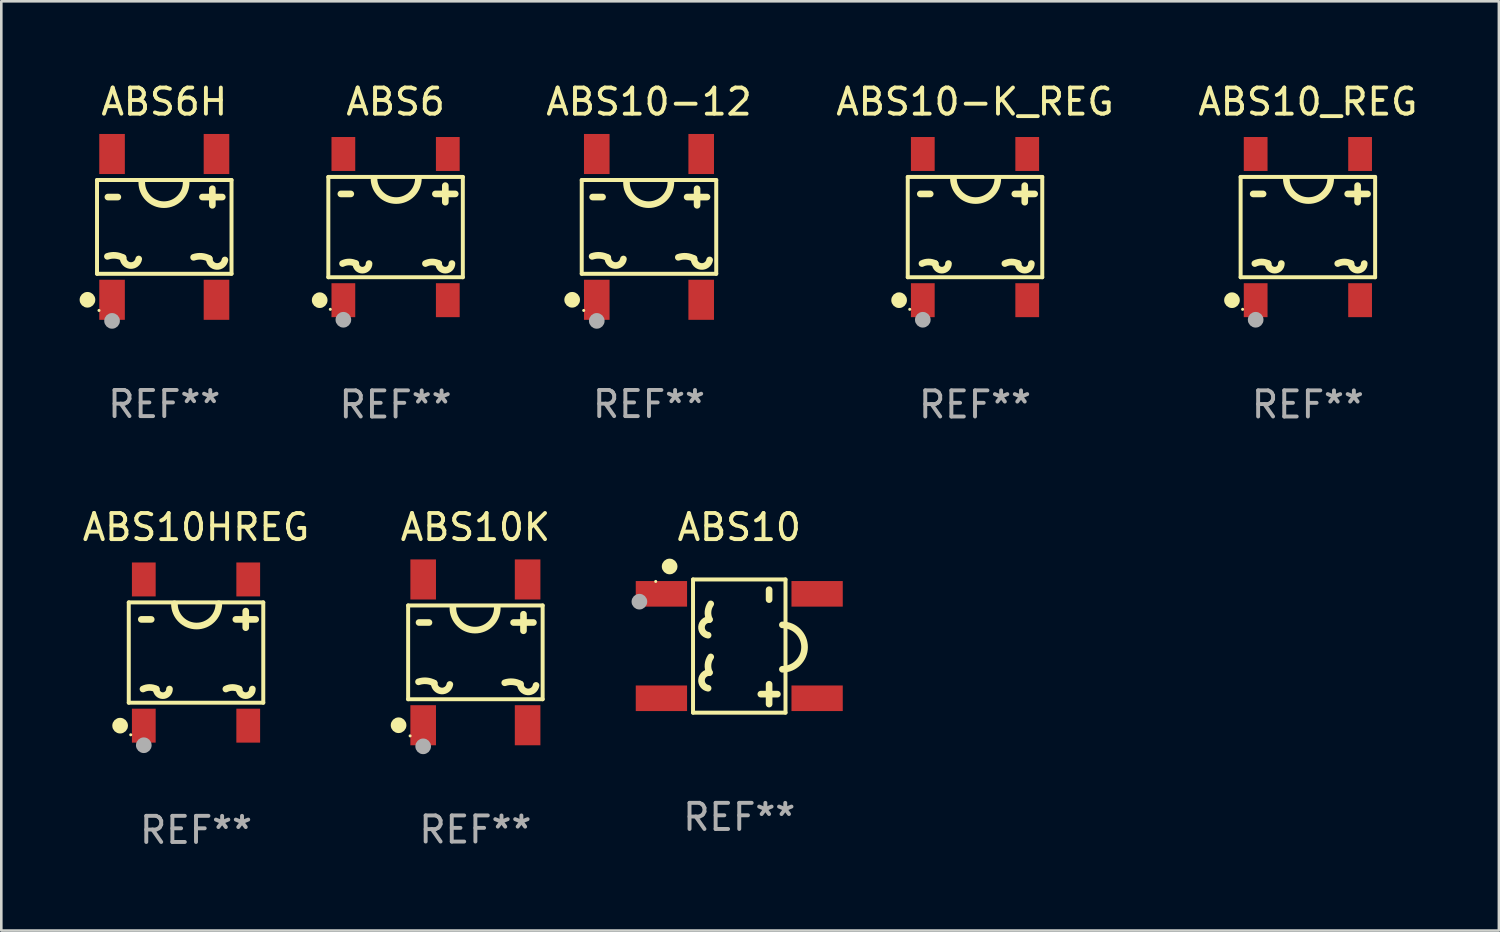
<source format=kicad_pcb>
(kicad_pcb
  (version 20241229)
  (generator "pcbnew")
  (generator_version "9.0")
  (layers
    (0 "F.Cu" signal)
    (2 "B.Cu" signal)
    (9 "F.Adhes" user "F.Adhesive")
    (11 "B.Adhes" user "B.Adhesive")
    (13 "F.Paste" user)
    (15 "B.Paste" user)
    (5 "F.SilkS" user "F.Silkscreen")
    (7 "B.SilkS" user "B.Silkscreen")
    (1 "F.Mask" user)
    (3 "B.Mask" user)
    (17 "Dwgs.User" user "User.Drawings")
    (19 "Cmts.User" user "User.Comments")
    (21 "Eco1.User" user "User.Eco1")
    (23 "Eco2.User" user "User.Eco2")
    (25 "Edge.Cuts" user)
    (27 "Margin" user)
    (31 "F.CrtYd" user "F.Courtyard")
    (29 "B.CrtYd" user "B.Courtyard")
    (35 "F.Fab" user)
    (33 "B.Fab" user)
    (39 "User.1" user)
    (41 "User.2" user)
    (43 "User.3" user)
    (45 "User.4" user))
  (footprint "ABS10"
    (layer "F.Cu")
    (at 25.266 21.696)
    (property "Reference" "ABS10" (at 0 -4.551 0) (layer "F.SilkS") (effects (font (size 1 1) (thickness 0.15))))
    (attr through_hole)
    (fp_line (start -1.771 -2.551) (end 1.771 -2.551) (stroke (width 0.152) (type solid)) (layer "F.SilkS"))
    (fp_line (start -1.771 2.551) (end -1.771 -2.551) (stroke (width 0.152) (type solid)) (layer "F.SilkS"))
    (fp_line (start 1.143 -2.159) (end 1.143 -1.778) (stroke (width 0.254) (type solid)) (layer "F.SilkS"))
    (fp_line (start 1.143 1.461) (end 1.143 2.223) (stroke (width 0.254) (type solid)) (layer "F.SilkS"))
    (fp_line (start 1.461 1.842) (end 0.826 1.842) (stroke (width 0.254) (type solid)) (layer "F.SilkS"))
    (fp_line (start 1.771 -2.551) (end 1.771 2.551) (stroke (width 0.152) (type solid)) (layer "F.SilkS"))
    (fp_line (start 1.771 2.551) (end -1.771 2.551) (stroke (width 0.152) (type solid)) (layer "F.SilkS"))
    (fp_arc (start -1.19299 -0.416027) (mid -1.4449 -0.739086) (end -1.143001 -1.016002) (stroke (width 0.254001) (type solid)) (layer "F.SilkS"))
    (fp_arc (start -1.19299 1.615977) (mid -1.4449 1.292918) (end -1.143001 1.016002) (stroke (width 0.254001) (type solid)) (layer "F.SilkS"))
    (fp_arc (start -1.143003 -1.016001) (mid -1.196792 -1.322628) (end -1.092939 -1.616104) (stroke (width 0.254001) (type solid)) (layer "F.SilkS"))
    (fp_arc (start -1.143003 1.016003) (mid -1.196792 0.709376) (end -1.092939 0.4159) (stroke (width 0.254001) (type solid)) (layer "F.SilkS"))
    (fp_arc (start 1.651004 -0.81105) (mid 2.50089 0.038976) (end 1.651003 0.889002) (stroke (width 0.254001) (type solid)) (layer "F.SilkS"))
    (fp_circle (center -3.2 -2.475) (end -3.17 -2.475) (stroke (width 0.06) (type solid)) (fill no) (layer "F.SilkS"))
    (fp_circle (center -2.667 -3.048) (end -2.517 -3.048) (stroke (width 0.3) (type solid)) (fill no) (layer "F.SilkS"))
    (fp_circle (center -3.825 -1.7) (end -3.675 -1.7) (stroke (width 0.3) (type solid)) (fill no) (layer "F.Fab"))
    (fp_text user "REF**" (at 0 6.551 0) (layer "F.Fab") (effects (font (size 1 1) (thickness 0.15))))
    (pad "1" smd rect (at -2.982 -2 90) (size 0.98 1.965) (layers "F.Cu" "F.Mask" "F.Paste"))
    (pad "2" smd rect (at -2.982 2 90) (size 0.98 1.965) (layers "F.Cu" "F.Mask" "F.Paste"))
    (pad "3" smd rect (at 2.982 2 90) (size 0.98 1.965) (layers "F.Cu" "F.Mask" "F.Paste"))
    (pad "4" smd rect (at 2.982 -2 90) (size 0.98 1.965) (layers "F.Cu" "F.Mask" "F.Paste")))
  (footprint "ABS6H"
    (layer "F.Cu")
    (at 3.242 5.641)
    (property "Reference" "ABS6H" (at 0 -4.792 0) (layer "F.SilkS") (effects (font (size 1 1) (thickness 0.15))))
    (attr through_hole)
    (fp_line (start -2.576 -1.796) (end 2.576 -1.796) (stroke (width 0.152) (type solid)) (layer "F.SilkS"))
    (fp_line (start -2.576 1.796) (end -2.576 -1.796) (stroke (width 0.152) (type solid)) (layer "F.SilkS"))
    (fp_line (start -2.159 -1.143) (end -1.778 -1.143) (stroke (width 0.254) (type solid)) (layer "F.SilkS"))
    (fp_line (start 1.461 -1.143) (end 2.223 -1.143) (stroke (width 0.254) (type solid)) (layer "F.SilkS"))
    (fp_line (start 1.842 -1.461) (end 1.842 -0.826) (stroke (width 0.254) (type solid)) (layer "F.SilkS"))
    (fp_line (start 2.576 -1.796) (end 2.576 1.796) (stroke (width 0.152) (type solid)) (layer "F.SilkS"))
    (fp_line (start 2.576 1.796) (end -2.576 1.796) (stroke (width 0.152) (type solid)) (layer "F.SilkS"))
    (fp_arc (start -2.178512 1.129235) (mid -1.873206 1.091274) (end -1.57841 1.179298) (stroke (width 0.254001) (type solid)) (layer "F.SilkS"))
    (fp_arc (start -0.978435 1.229286) (mid -1.301335 1.479299) (end -1.578411 1.179299) (stroke (width 0.254001) (type solid)) (layer "F.SilkS"))
    (fp_arc (start 0.838202 -1.701803) (mid -0.011824 -0.851917) (end -0.86185 -1.701804) (stroke (width 0.254001) (type solid)) (layer "F.SilkS"))
    (fp_arc (start 1.12347 1.165507) (mid 1.428776 1.127546) (end 1.723571 1.21557) (stroke (width 0.254001) (type solid)) (layer "F.SilkS"))
    (fp_arc (start 2.323546 1.265558) (mid 2.000646 1.515571) (end 1.72357 1.215571) (stroke (width 0.254001) (type solid)) (layer "F.SilkS"))
    (fp_circle (center -2.942 2.792) (end -2.792 2.792) (stroke (width 0.3) (type solid)) (fill no) (layer "F.SilkS"))
    (fp_circle (center -2.5 3.2) (end -2.47 3.2) (stroke (width 0.06) (type solid)) (fill no) (layer "F.SilkS"))
    (fp_circle (center -2 3.6) (end -1.85 3.6) (stroke (width 0.3) (type solid)) (fill no) (layer "F.Fab"))
    (fp_text user "REF**" (at 0 6.792 0) (layer "F.Fab") (effects (font (size 1 1) (thickness 0.15))))
    (pad "1" smd rect (at -2 2.792 180) (size 0.98 1.535) (layers "F.Cu" "F.Mask" "F.Paste"))
    (pad "2" smd rect (at 2 2.792 180) (size 0.98 1.535) (layers "F.Cu" "F.Mask" "F.Paste"))
    (pad "3" smd rect (at 2 -2.792 180) (size 0.98 1.535) (layers "F.Cu" "F.Mask" "F.Paste"))
    (pad "4" smd rect (at -2 -2.792 180) (size 0.98 1.535) (layers "F.Cu" "F.Mask" "F.Paste")))
  (footprint "ABS10K"
    (layer "F.Cu")
    (at 15.159 21.937)
    (property "Reference" "ABS10K" (at 0 -4.792 0) (layer "F.SilkS") (effects (font (size 1 1) (thickness 0.15))))
    (attr through_hole)
    (fp_line (start -2.576 -1.796) (end 2.576 -1.796) (stroke (width 0.152) (type solid)) (layer "F.SilkS"))
    (fp_line (start -2.576 1.796) (end -2.576 -1.796) (stroke (width 0.152) (type solid)) (layer "F.SilkS"))
    (fp_line (start -2.159 -1.143) (end -1.778 -1.143) (stroke (width 0.254) (type solid)) (layer "F.SilkS"))
    (fp_line (start 1.461 -1.143) (end 2.223 -1.143) (stroke (width 0.254) (type solid)) (layer "F.SilkS"))
    (fp_line (start 1.842 -1.461) (end 1.842 -0.826) (stroke (width 0.254) (type solid)) (layer "F.SilkS"))
    (fp_line (start 2.576 -1.796) (end 2.576 1.796) (stroke (width 0.152) (type solid)) (layer "F.SilkS"))
    (fp_line (start 2.576 1.796) (end -2.576 1.796) (stroke (width 0.152) (type solid)) (layer "F.SilkS"))
    (fp_arc (start -2.178512 1.129235) (mid -1.873206 1.091274) (end -1.57841 1.179298) (stroke (width 0.254001) (type solid)) (layer "F.SilkS"))
    (fp_arc (start -0.978435 1.229286) (mid -1.301335 1.479299) (end -1.578411 1.179299) (stroke (width 0.254001) (type solid)) (layer "F.SilkS"))
    (fp_arc (start 0.838202 -1.701803) (mid -0.011824 -0.851917) (end -0.86185 -1.701804) (stroke (width 0.254001) (type solid)) (layer "F.SilkS"))
    (fp_arc (start 1.12347 1.165507) (mid 1.428776 1.127546) (end 1.723571 1.21557) (stroke (width 0.254001) (type solid)) (layer "F.SilkS"))
    (fp_arc (start 2.323546 1.265558) (mid 2.000646 1.515571) (end 1.72357 1.215571) (stroke (width 0.254001) (type solid)) (layer "F.SilkS"))
    (fp_circle (center -2.942 2.792) (end -2.792 2.792) (stroke (width 0.3) (type solid)) (fill no) (layer "F.SilkS"))
    (fp_circle (center -2.5 3.2) (end -2.47 3.2) (stroke (width 0.06) (type solid)) (fill no) (layer "F.SilkS"))
    (fp_circle (center -2 3.6) (end -1.85 3.6) (stroke (width 0.3) (type solid)) (fill no) (layer "F.Fab"))
    (fp_text user "REF**" (at 0 6.792 0) (layer "F.Fab") (effects (font (size 1 1) (thickness 0.15))))
    (pad "1" smd rect (at -2 2.792 180) (size 0.98 1.535) (layers "F.Cu" "F.Mask" "F.Paste"))
    (pad "2" smd rect (at 2 2.792 180) (size 0.98 1.535) (layers "F.Cu" "F.Mask" "F.Paste"))
    (pad "3" smd rect (at 2 -2.792 180) (size 0.98 1.535) (layers "F.Cu" "F.Mask" "F.Paste"))
    (pad "4" smd rect (at -2 -2.792 180) (size 0.98 1.535) (layers "F.Cu" "F.Mask" "F.Paste")))
  (footprint "ABS10HREG"
    (layer "F.Cu")
    (at 4.458 21.945)
    (property "Reference" "ABS10HREG" (at 0 -4.8 0) (layer "F.SilkS") (effects (font (size 1 1) (thickness 0.15))))
    (attr through_hole)
    (fp_line (start -2.576 -1.921) (end 2.576 -1.921) (stroke (width 0.152) (type solid)) (layer "F.SilkS"))
    (fp_line (start -2.576 1.921) (end -2.576 -1.921) (stroke (width 0.152) (type solid)) (layer "F.SilkS"))
    (fp_line (start -2.096 -1.27) (end -1.715 -1.27) (stroke (width 0.254) (type solid)) (layer "F.SilkS"))
    (fp_line (start 1.524 -1.27) (end 2.286 -1.27) (stroke (width 0.254) (type solid)) (layer "F.SilkS"))
    (fp_line (start 1.905 -1.588) (end 1.905 -0.953) (stroke (width 0.254) (type solid)) (layer "F.SilkS"))
    (fp_line (start 2.576 -1.921) (end 2.576 1.921) (stroke (width 0.152) (type solid)) (layer "F.SilkS"))
    (fp_line (start 2.576 1.921) (end -2.576 1.921) (stroke (width 0.152) (type solid)) (layer "F.SilkS"))
    (fp_arc (start -2.032004 1.397003) (mid -1.778004 1.337042) (end -1.524003 1.397003) (stroke (width 0.254001) (type solid)) (layer "F.SilkS"))
    (fp_arc (start -1.016002 1.397003) (mid -1.270003 1.651004) (end -1.524004 1.397003) (stroke (width 0.254001) (type solid)) (layer "F.SilkS"))
    (fp_arc (start 0.873381 -1.86571) (mid 0.023355 -1.015824) (end -0.826671 -1.865711) (stroke (width 0.254001) (type solid)) (layer "F.SilkS"))
    (fp_arc (start 1.143002 1.397003) (mid 1.397003 1.337041) (end 1.651003 1.397003) (stroke (width 0.254001) (type solid)) (layer "F.SilkS"))
    (fp_arc (start 2.159004 1.397003) (mid 1.905004 1.651003) (end 1.651004 1.397003) (stroke (width 0.254001) (type solid)) (layer "F.SilkS"))
    (fp_circle (center -2.907 2.8) (end -2.757 2.8) (stroke (width 0.3) (type solid)) (fill no) (layer "F.SilkS"))
    (fp_circle (center -2.5 3.15) (end -2.47 3.15) (stroke (width 0.06) (type solid)) (fill no) (layer "F.SilkS"))
    (fp_circle (center -2 3.55) (end -1.85 3.55) (stroke (width 0.3) (type solid)) (fill no) (layer "F.Fab"))
    (fp_text user "REF**" (at 0 6.8 0) (layer "F.Fab") (effects (font (size 1 1) (thickness 0.15))))
    (pad "1" smd rect (at -2 2.8) (size 0.91 1.3) (layers "F.Cu" "F.Mask" "F.Paste"))
    (pad "2" smd rect (at 2 2.8) (size 0.91 1.3) (layers "F.Cu" "F.Mask" "F.Paste"))
    (pad "3" smd rect (at 2 -2.8) (size 0.91 1.3) (layers "F.Cu" "F.Mask" "F.Paste"))
    (pad "4" smd rect (at -2 -2.8) (size 0.91 1.3) (layers "F.Cu" "F.Mask" "F.Paste")))
  (footprint "ABS6"
    (layer "F.Cu")
    (at 12.102 5.648)
    (property "Reference" "ABS6" (at 0 -4.8 0) (layer "F.SilkS") (effects (font (size 1 1) (thickness 0.15))))
    (attr through_hole)
    (fp_line (start -2.576 -1.921) (end 2.576 -1.921) (stroke (width 0.152) (type solid)) (layer "F.SilkS"))
    (fp_line (start -2.576 1.921) (end -2.576 -1.921) (stroke (width 0.152) (type solid)) (layer "F.SilkS"))
    (fp_line (start -2.096 -1.27) (end -1.715 -1.27) (stroke (width 0.254) (type solid)) (layer "F.SilkS"))
    (fp_line (start 1.524 -1.27) (end 2.286 -1.27) (stroke (width 0.254) (type solid)) (layer "F.SilkS"))
    (fp_line (start 1.905 -1.588) (end 1.905 -0.953) (stroke (width 0.254) (type solid)) (layer "F.SilkS"))
    (fp_line (start 2.576 -1.921) (end 2.576 1.921) (stroke (width 0.152) (type solid)) (layer "F.SilkS"))
    (fp_line (start 2.576 1.921) (end -2.576 1.921) (stroke (width 0.152) (type solid)) (layer "F.SilkS"))
    (fp_arc (start -2.032004 1.397003) (mid -1.778004 1.337042) (end -1.524003 1.397003) (stroke (width 0.254001) (type solid)) (layer "F.SilkS"))
    (fp_arc (start -1.016002 1.397003) (mid -1.270003 1.651004) (end -1.524004 1.397003) (stroke (width 0.254001) (type solid)) (layer "F.SilkS"))
    (fp_arc (start 0.873381 -1.86571) (mid 0.023355 -1.015824) (end -0.826671 -1.865711) (stroke (width 0.254001) (type solid)) (layer "F.SilkS"))
    (fp_arc (start 1.143002 1.397003) (mid 1.397003 1.337041) (end 1.651003 1.397003) (stroke (width 0.254001) (type solid)) (layer "F.SilkS"))
    (fp_arc (start 2.159004 1.397003) (mid 1.905004 1.651003) (end 1.651004 1.397003) (stroke (width 0.254001) (type solid)) (layer "F.SilkS"))
    (fp_circle (center -2.907 2.8) (end -2.757 2.8) (stroke (width 0.3) (type solid)) (fill no) (layer "F.SilkS"))
    (fp_circle (center -2.5 3.15) (end -2.47 3.15) (stroke (width 0.06) (type solid)) (fill no) (layer "F.SilkS"))
    (fp_circle (center -2 3.55) (end -1.85 3.55) (stroke (width 0.3) (type solid)) (fill no) (layer "F.Fab"))
    (fp_text user "REF**" (at 0 6.8 0) (layer "F.Fab") (effects (font (size 1 1) (thickness 0.15))))
    (pad "1" smd rect (at -2 2.8) (size 0.91 1.3) (layers "F.Cu" "F.Mask" "F.Paste"))
    (pad "2" smd rect (at 2 2.8) (size 0.91 1.3) (layers "F.Cu" "F.Mask" "F.Paste"))
    (pad "3" smd rect (at 2 -2.8) (size 0.91 1.3) (layers "F.Cu" "F.Mask" "F.Paste"))
    (pad "4" smd rect (at -2 -2.8) (size 0.91 1.3) (layers "F.Cu" "F.Mask" "F.Paste")))
  (footprint "ABS10_REG"
    (layer "F.Cu")
    (at 47.046 5.648)
    (property "Reference" "ABS10_REG" (at 0 -4.8 0) (layer "F.SilkS") (effects (font (size 1 1) (thickness 0.15))))
    (attr through_hole)
    (fp_line (start -2.576 -1.921) (end 2.576 -1.921) (stroke (width 0.152) (type solid)) (layer "F.SilkS"))
    (fp_line (start -2.576 1.921) (end -2.576 -1.921) (stroke (width 0.152) (type solid)) (layer "F.SilkS"))
    (fp_line (start -2.096 -1.27) (end -1.715 -1.27) (stroke (width 0.254) (type solid)) (layer "F.SilkS"))
    (fp_line (start 1.524 -1.27) (end 2.286 -1.27) (stroke (width 0.254) (type solid)) (layer "F.SilkS"))
    (fp_line (start 1.905 -1.588) (end 1.905 -0.953) (stroke (width 0.254) (type solid)) (layer "F.SilkS"))
    (fp_line (start 2.576 -1.921) (end 2.576 1.921) (stroke (width 0.152) (type solid)) (layer "F.SilkS"))
    (fp_line (start 2.576 1.921) (end -2.576 1.921) (stroke (width 0.152) (type solid)) (layer "F.SilkS"))
    (fp_arc (start -2.032004 1.397003) (mid -1.778004 1.337042) (end -1.524003 1.397003) (stroke (width 0.254001) (type solid)) (layer "F.SilkS"))
    (fp_arc (start -1.016002 1.397003) (mid -1.270003 1.651004) (end -1.524004 1.397003) (stroke (width 0.254001) (type solid)) (layer "F.SilkS"))
    (fp_arc (start 0.873381 -1.86571) (mid 0.023355 -1.015824) (end -0.826671 -1.865711) (stroke (width 0.254001) (type solid)) (layer "F.SilkS"))
    (fp_arc (start 1.143002 1.397003) (mid 1.397003 1.337041) (end 1.651003 1.397003) (stroke (width 0.254001) (type solid)) (layer "F.SilkS"))
    (fp_arc (start 2.159004 1.397003) (mid 1.905004 1.651003) (end 1.651004 1.397003) (stroke (width 0.254001) (type solid)) (layer "F.SilkS"))
    (fp_circle (center -2.907 2.8) (end -2.757 2.8) (stroke (width 0.3) (type solid)) (fill no) (layer "F.SilkS"))
    (fp_circle (center -2.5 3.15) (end -2.47 3.15) (stroke (width 0.06) (type solid)) (fill no) (layer "F.SilkS"))
    (fp_circle (center -2 3.55) (end -1.85 3.55) (stroke (width 0.3) (type solid)) (fill no) (layer "F.Fab"))
    (fp_text user "REF**" (at 0 6.8 0) (layer "F.Fab") (effects (font (size 1 1) (thickness 0.15))))
    (pad "1" smd rect (at -2 2.8) (size 0.91 1.3) (layers "F.Cu" "F.Mask" "F.Paste"))
    (pad "2" smd rect (at 2 2.8) (size 0.91 1.3) (layers "F.Cu" "F.Mask" "F.Paste"))
    (pad "3" smd rect (at 2 -2.8) (size 0.91 1.3) (layers "F.Cu" "F.Mask" "F.Paste"))
    (pad "4" smd rect (at -2 -2.8) (size 0.91 1.3) (layers "F.Cu" "F.Mask" "F.Paste")))
  (footprint "ABS10-12"
    (layer "F.Cu")
    (at 21.808 5.641)
    (property "Reference" "ABS10-12" (at 0 -4.792 0) (layer "F.SilkS") (effects (font (size 1 1) (thickness 0.15))))
    (attr through_hole)
    (fp_line (start -2.576 -1.796) (end 2.576 -1.796) (stroke (width 0.152) (type solid)) (layer "F.SilkS"))
    (fp_line (start -2.576 1.796) (end -2.576 -1.796) (stroke (width 0.152) (type solid)) (layer "F.SilkS"))
    (fp_line (start -2.159 -1.143) (end -1.778 -1.143) (stroke (width 0.254) (type solid)) (layer "F.SilkS"))
    (fp_line (start 1.461 -1.143) (end 2.223 -1.143) (stroke (width 0.254) (type solid)) (layer "F.SilkS"))
    (fp_line (start 1.842 -1.461) (end 1.842 -0.826) (stroke (width 0.254) (type solid)) (layer "F.SilkS"))
    (fp_line (start 2.576 -1.796) (end 2.576 1.796) (stroke (width 0.152) (type solid)) (layer "F.SilkS"))
    (fp_line (start 2.576 1.796) (end -2.576 1.796) (stroke (width 0.152) (type solid)) (layer "F.SilkS"))
    (fp_arc (start -2.178512 1.129235) (mid -1.873206 1.091274) (end -1.57841 1.179298) (stroke (width 0.254001) (type solid)) (layer "F.SilkS"))
    (fp_arc (start -0.978435 1.229286) (mid -1.301335 1.479299) (end -1.578411 1.179299) (stroke (width 0.254001) (type solid)) (layer "F.SilkS"))
    (fp_arc (start 0.838202 -1.701803) (mid -0.011824 -0.851917) (end -0.86185 -1.701804) (stroke (width 0.254001) (type solid)) (layer "F.SilkS"))
    (fp_arc (start 1.12347 1.165507) (mid 1.428776 1.127546) (end 1.723571 1.21557) (stroke (width 0.254001) (type solid)) (layer "F.SilkS"))
    (fp_arc (start 2.323546 1.265558) (mid 2.000646 1.515571) (end 1.72357 1.215571) (stroke (width 0.254001) (type solid)) (layer "F.SilkS"))
    (fp_circle (center -2.942 2.792) (end -2.792 2.792) (stroke (width 0.3) (type solid)) (fill no) (layer "F.SilkS"))
    (fp_circle (center -2.5 3.2) (end -2.47 3.2) (stroke (width 0.06) (type solid)) (fill no) (layer "F.SilkS"))
    (fp_circle (center -2 3.6) (end -1.85 3.6) (stroke (width 0.3) (type solid)) (fill no) (layer "F.Fab"))
    (fp_text user "REF**" (at 0 6.792 0) (layer "F.Fab") (effects (font (size 1 1) (thickness 0.15))))
    (pad "1" smd rect (at -2 2.792 180) (size 0.98 1.535) (layers "F.Cu" "F.Mask" "F.Paste"))
    (pad "2" smd rect (at 2 2.792 180) (size 0.98 1.535) (layers "F.Cu" "F.Mask" "F.Paste"))
    (pad "3" smd rect (at 2 -2.792 180) (size 0.98 1.535) (layers "F.Cu" "F.Mask" "F.Paste"))
    (pad "4" smd rect (at -2 -2.792 180) (size 0.98 1.535) (layers "F.Cu" "F.Mask" "F.Paste")))
  (footprint "ABS10-K_REG"
    (layer "F.Cu")
    (at 34.296 5.648)
    (property "Reference" "ABS10-K_REG" (at 0 -4.8 0) (layer "F.SilkS") (effects (font (size 1 1) (thickness 0.15))))
    (attr through_hole)
    (fp_line (start -2.576 -1.921) (end 2.576 -1.921) (stroke (width 0.152) (type solid)) (layer "F.SilkS"))
    (fp_line (start -2.576 1.921) (end -2.576 -1.921) (stroke (width 0.152) (type solid)) (layer "F.SilkS"))
    (fp_line (start -2.096 -1.27) (end -1.715 -1.27) (stroke (width 0.254) (type solid)) (layer "F.SilkS"))
    (fp_line (start 1.524 -1.27) (end 2.286 -1.27) (stroke (width 0.254) (type solid)) (layer "F.SilkS"))
    (fp_line (start 1.905 -1.588) (end 1.905 -0.953) (stroke (width 0.254) (type solid)) (layer "F.SilkS"))
    (fp_line (start 2.576 -1.921) (end 2.576 1.921) (stroke (width 0.152) (type solid)) (layer "F.SilkS"))
    (fp_line (start 2.576 1.921) (end -2.576 1.921) (stroke (width 0.152) (type solid)) (layer "F.SilkS"))
    (fp_arc (start -2.032004 1.397003) (mid -1.778004 1.337042) (end -1.524003 1.397003) (stroke (width 0.254001) (type solid)) (layer "F.SilkS"))
    (fp_arc (start -1.016002 1.397003) (mid -1.270003 1.651004) (end -1.524004 1.397003) (stroke (width 0.254001) (type solid)) (layer "F.SilkS"))
    (fp_arc (start 0.873381 -1.86571) (mid 0.023355 -1.015824) (end -0.826671 -1.865711) (stroke (width 0.254001) (type solid)) (layer "F.SilkS"))
    (fp_arc (start 1.143002 1.397003) (mid 1.397003 1.337041) (end 1.651003 1.397003) (stroke (width 0.254001) (type solid)) (layer "F.SilkS"))
    (fp_arc (start 2.159004 1.397003) (mid 1.905004 1.651003) (end 1.651004 1.397003) (stroke (width 0.254001) (type solid)) (layer "F.SilkS"))
    (fp_circle (center -2.907 2.8) (end -2.757 2.8) (stroke (width 0.3) (type solid)) (fill no) (layer "F.SilkS"))
    (fp_circle (center -2.5 3.15) (end -2.47 3.15) (stroke (width 0.06) (type solid)) (fill no) (layer "F.SilkS"))
    (fp_circle (center -2 3.55) (end -1.85 3.55) (stroke (width 0.3) (type solid)) (fill no) (layer "F.Fab"))
    (fp_text user "REF**" (at 0 6.8 0) (layer "F.Fab") (effects (font (size 1 1) (thickness 0.15))))
    (pad "1" smd rect (at -2 2.8) (size 0.91 1.3) (layers "F.Cu" "F.Mask" "F.Paste"))
    (pad "2" smd rect (at 2 2.8) (size 0.91 1.3) (layers "F.Cu" "F.Mask" "F.Paste"))
    (pad "3" smd rect (at 2 -2.8) (size 0.91 1.3) (layers "F.Cu" "F.Mask" "F.Paste"))
    (pad "4" smd rect (at -2 -2.8) (size 0.91 1.3) (layers "F.Cu" "F.Mask" "F.Paste")))
  (gr_rect
    (start -3 -3)
    (end 54.362 32.593)
    (stroke (width 0.1) (type default))
    (fill no)
    (layer "Edge.Cuts")))
</source>
